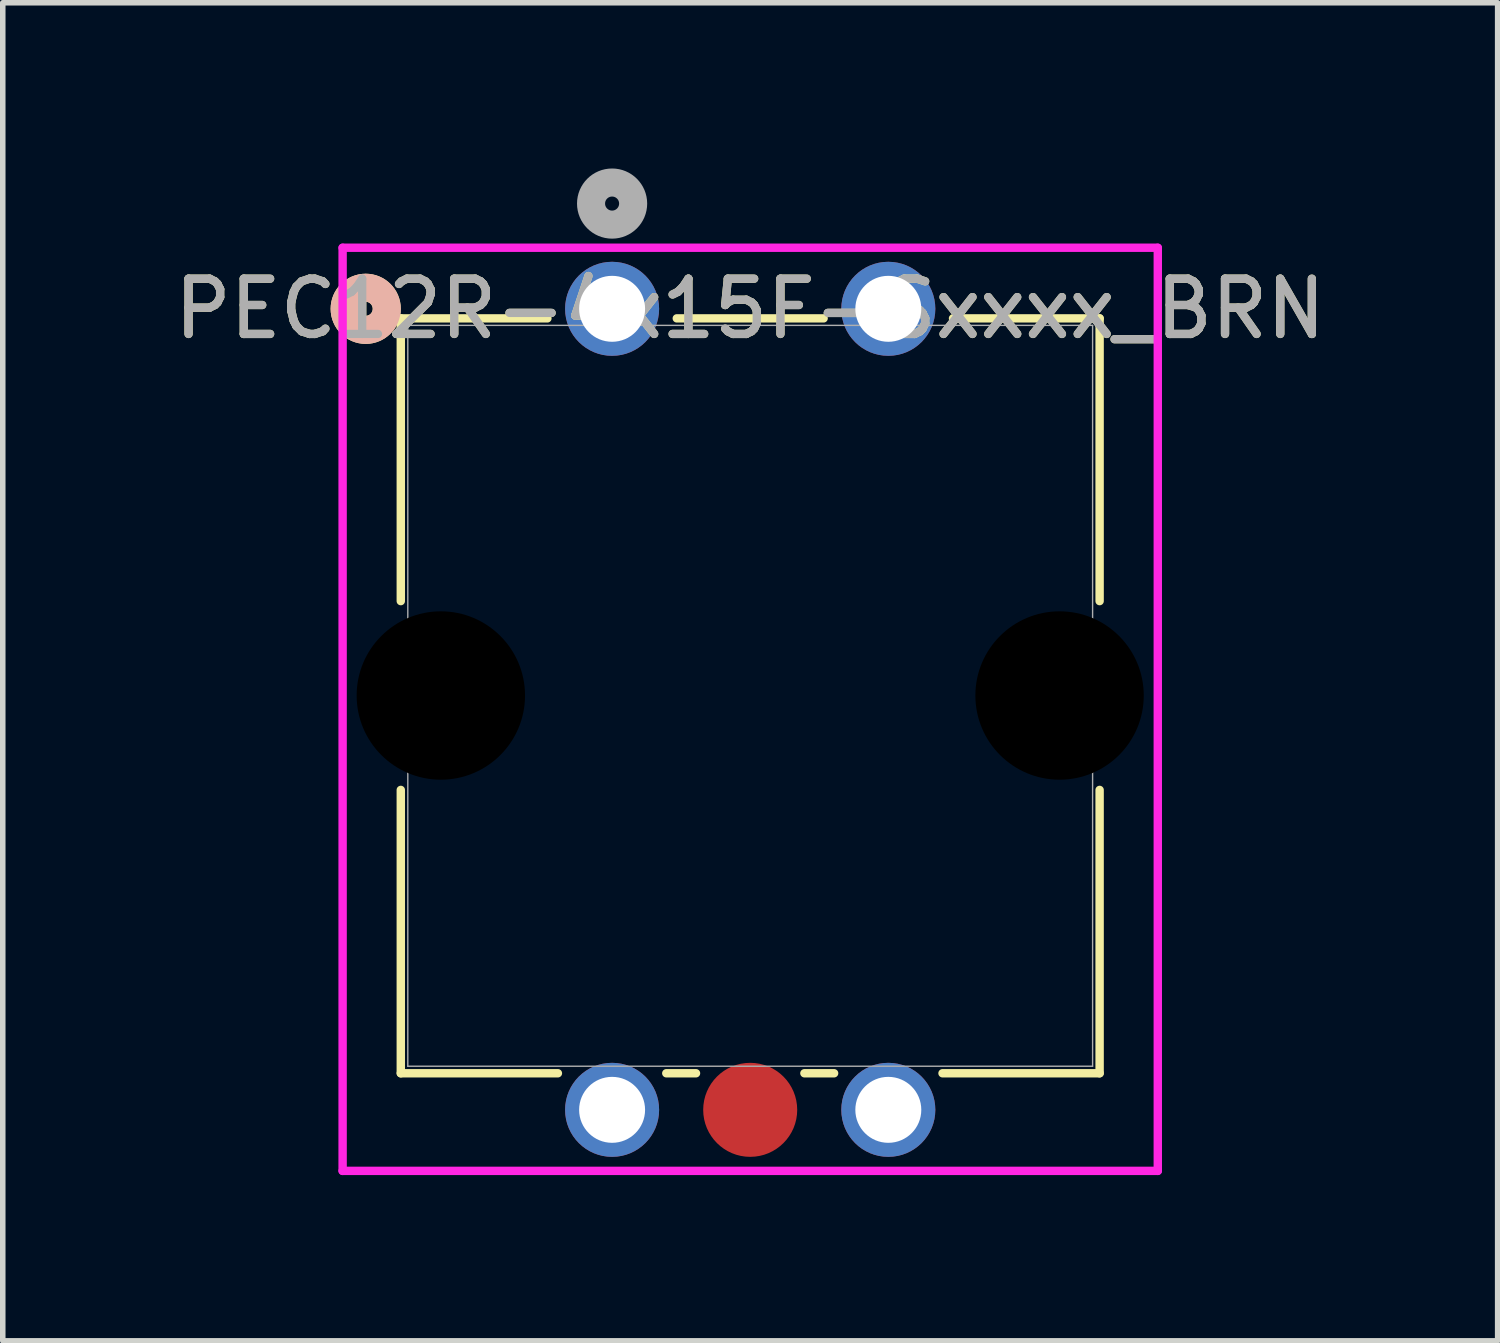
<source format=kicad_pcb>
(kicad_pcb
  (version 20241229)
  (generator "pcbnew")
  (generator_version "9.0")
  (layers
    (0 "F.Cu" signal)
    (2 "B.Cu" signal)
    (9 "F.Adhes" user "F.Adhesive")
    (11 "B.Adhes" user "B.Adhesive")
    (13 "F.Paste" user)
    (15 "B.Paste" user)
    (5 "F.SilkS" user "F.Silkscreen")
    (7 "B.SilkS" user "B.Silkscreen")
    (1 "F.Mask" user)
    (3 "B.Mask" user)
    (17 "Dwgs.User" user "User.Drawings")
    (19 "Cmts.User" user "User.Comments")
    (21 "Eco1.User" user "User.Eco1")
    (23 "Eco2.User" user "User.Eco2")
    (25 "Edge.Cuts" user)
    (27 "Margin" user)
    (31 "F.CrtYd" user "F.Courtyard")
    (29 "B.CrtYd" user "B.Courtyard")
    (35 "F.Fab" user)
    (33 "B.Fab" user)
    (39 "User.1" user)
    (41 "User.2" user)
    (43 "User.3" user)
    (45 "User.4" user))
  (footprint "PEC12R-4x15F-Sxxxx_BRN"
    (layer "F.Cu")
    (at 8.03 2.54)
    (property "Reference" "PEC12R-4x15F-Sxxxx_BRN" (at 2.5 0 0) (unlocked yes) (layer "F.SilkS") (effects (font (size 1 1) (thickness 0.15))))
    (attr through_hole)
    (fp_line (start -3.825 0.173) (end -3.825 5.291) (stroke (width 0.152) (type solid)) (layer "F.SilkS"))
    (fp_line (start -3.825 8.709) (end -3.825 13.838) (stroke (width 0.152) (type solid)) (layer "F.SilkS"))
    (fp_line (start -3.825 13.838) (end -0.981 13.838) (stroke (width 0.152) (type solid)) (layer "F.SilkS"))
    (fp_line (start -1.171 0.173) (end -3.825 0.173) (stroke (width 0.152) (type solid)) (layer "F.SilkS"))
    (fp_line (start 0.981 13.838) (end 1.519 13.838) (stroke (width 0.152) (type solid)) (layer "F.SilkS"))
    (fp_line (start 3.481 13.838) (end 4.019 13.838) (stroke (width 0.152) (type solid)) (layer "F.SilkS"))
    (fp_line (start 3.829 0.173) (end 1.171 0.173) (stroke (width 0.152) (type solid)) (layer "F.SilkS"))
    (fp_line (start 5.981 13.838) (end 8.825 13.838) (stroke (width 0.152) (type solid)) (layer "F.SilkS"))
    (fp_line (start 8.825 0.173) (end 6.171 0.173) (stroke (width 0.152) (type solid)) (layer "F.SilkS"))
    (fp_line (start 8.825 5.291) (end 8.825 0.173) (stroke (width 0.152) (type solid)) (layer "F.SilkS"))
    (fp_line (start 8.825 13.838) (end 8.825 8.709) (stroke (width 0.152) (type solid)) (layer "F.SilkS"))
    (fp_circle (center -4.46 0) (end -4.079 0) (stroke (width 0.508) (type solid)) (fill no) (layer "F.SilkS"))
    (fp_circle (center -4.46 0) (end -4.079 0) (stroke (width 0.508) (type solid)) (fill no) (layer "B.SilkS"))
    (fp_line (start -4.878 -1.105) (end -4.878 15.605) (stroke (width 0.152) (type solid)) (layer "F.CrtYd"))
    (fp_line (start -4.878 15.605) (end 9.878 15.605) (stroke (width 0.152) (type solid)) (layer "F.CrtYd"))
    (fp_line (start 9.878 -1.105) (end -4.878 -1.105) (stroke (width 0.152) (type solid)) (layer "F.CrtYd"))
    (fp_line (start 9.878 15.605) (end 9.878 -1.105) (stroke (width 0.152) (type solid)) (layer "F.CrtYd"))
    (fp_line (start -3.698 0.3) (end -3.698 13.711) (stroke (width 0.025) (type solid)) (layer "F.Fab"))
    (fp_line (start -3.698 13.711) (end 8.698 13.711) (stroke (width 0.025) (type solid)) (layer "F.Fab"))
    (fp_line (start 8.698 0.3) (end -3.698 0.3) (stroke (width 0.025) (type solid)) (layer "F.Fab"))
    (fp_line (start 8.698 13.711) (end 8.698 0.3) (stroke (width 0.025) (type solid)) (layer "F.Fab"))
    (fp_circle (center 0 -1.905) (end 0.381 -1.905) (stroke (width 0.508) (type solid)) (fill no) (layer "F.Fab"))
    (fp_text user "${REFERENCE}" (at 2.5 0 0) (unlocked yes) (layer "F.Fab") (effects (font (size 1 1) (thickness 0.15))))
    (pad "" np_thru_hole circle (at -3.1 7) (size 3.048 3.048) (drill 3.048) (layers))
    (pad "" np_thru_hole circle (at 8.1 7) (size 3.048 3.048) (drill 3.048) (layers))
    (pad "1" thru_hole circle (at 0 0) (size 1.702 1.702) (drill 1.194) (layers "*.Cu" "*.Mask"))
    (pad "2" thru_hole circle (at 5 0) (size 1.702 1.702) (drill 1.194) (layers "*.Cu" "*.Mask"))
    (pad "A" thru_hole circle (at 0 14.5) (size 1.702 1.702) (drill 1.194) (layers "*.Cu" "*.Mask"))
    (pad "B" thru_hole circle (at 5 14.5) (size 1.702 1.702) (drill 1.194) (layers "*.Cu" "*.Mask"))
    (pad "C" smd circle (at 2.5 14.5) (size 1.702 1.702) (layers "F.Cu" "F.Mask" "F.Paste")))
  (gr_rect
    (start -3 -3)
    (end 24.06 21.221)
    (stroke (width 0.1) (type default))
    (fill no)
    (layer "Edge.Cuts")))
</source>
